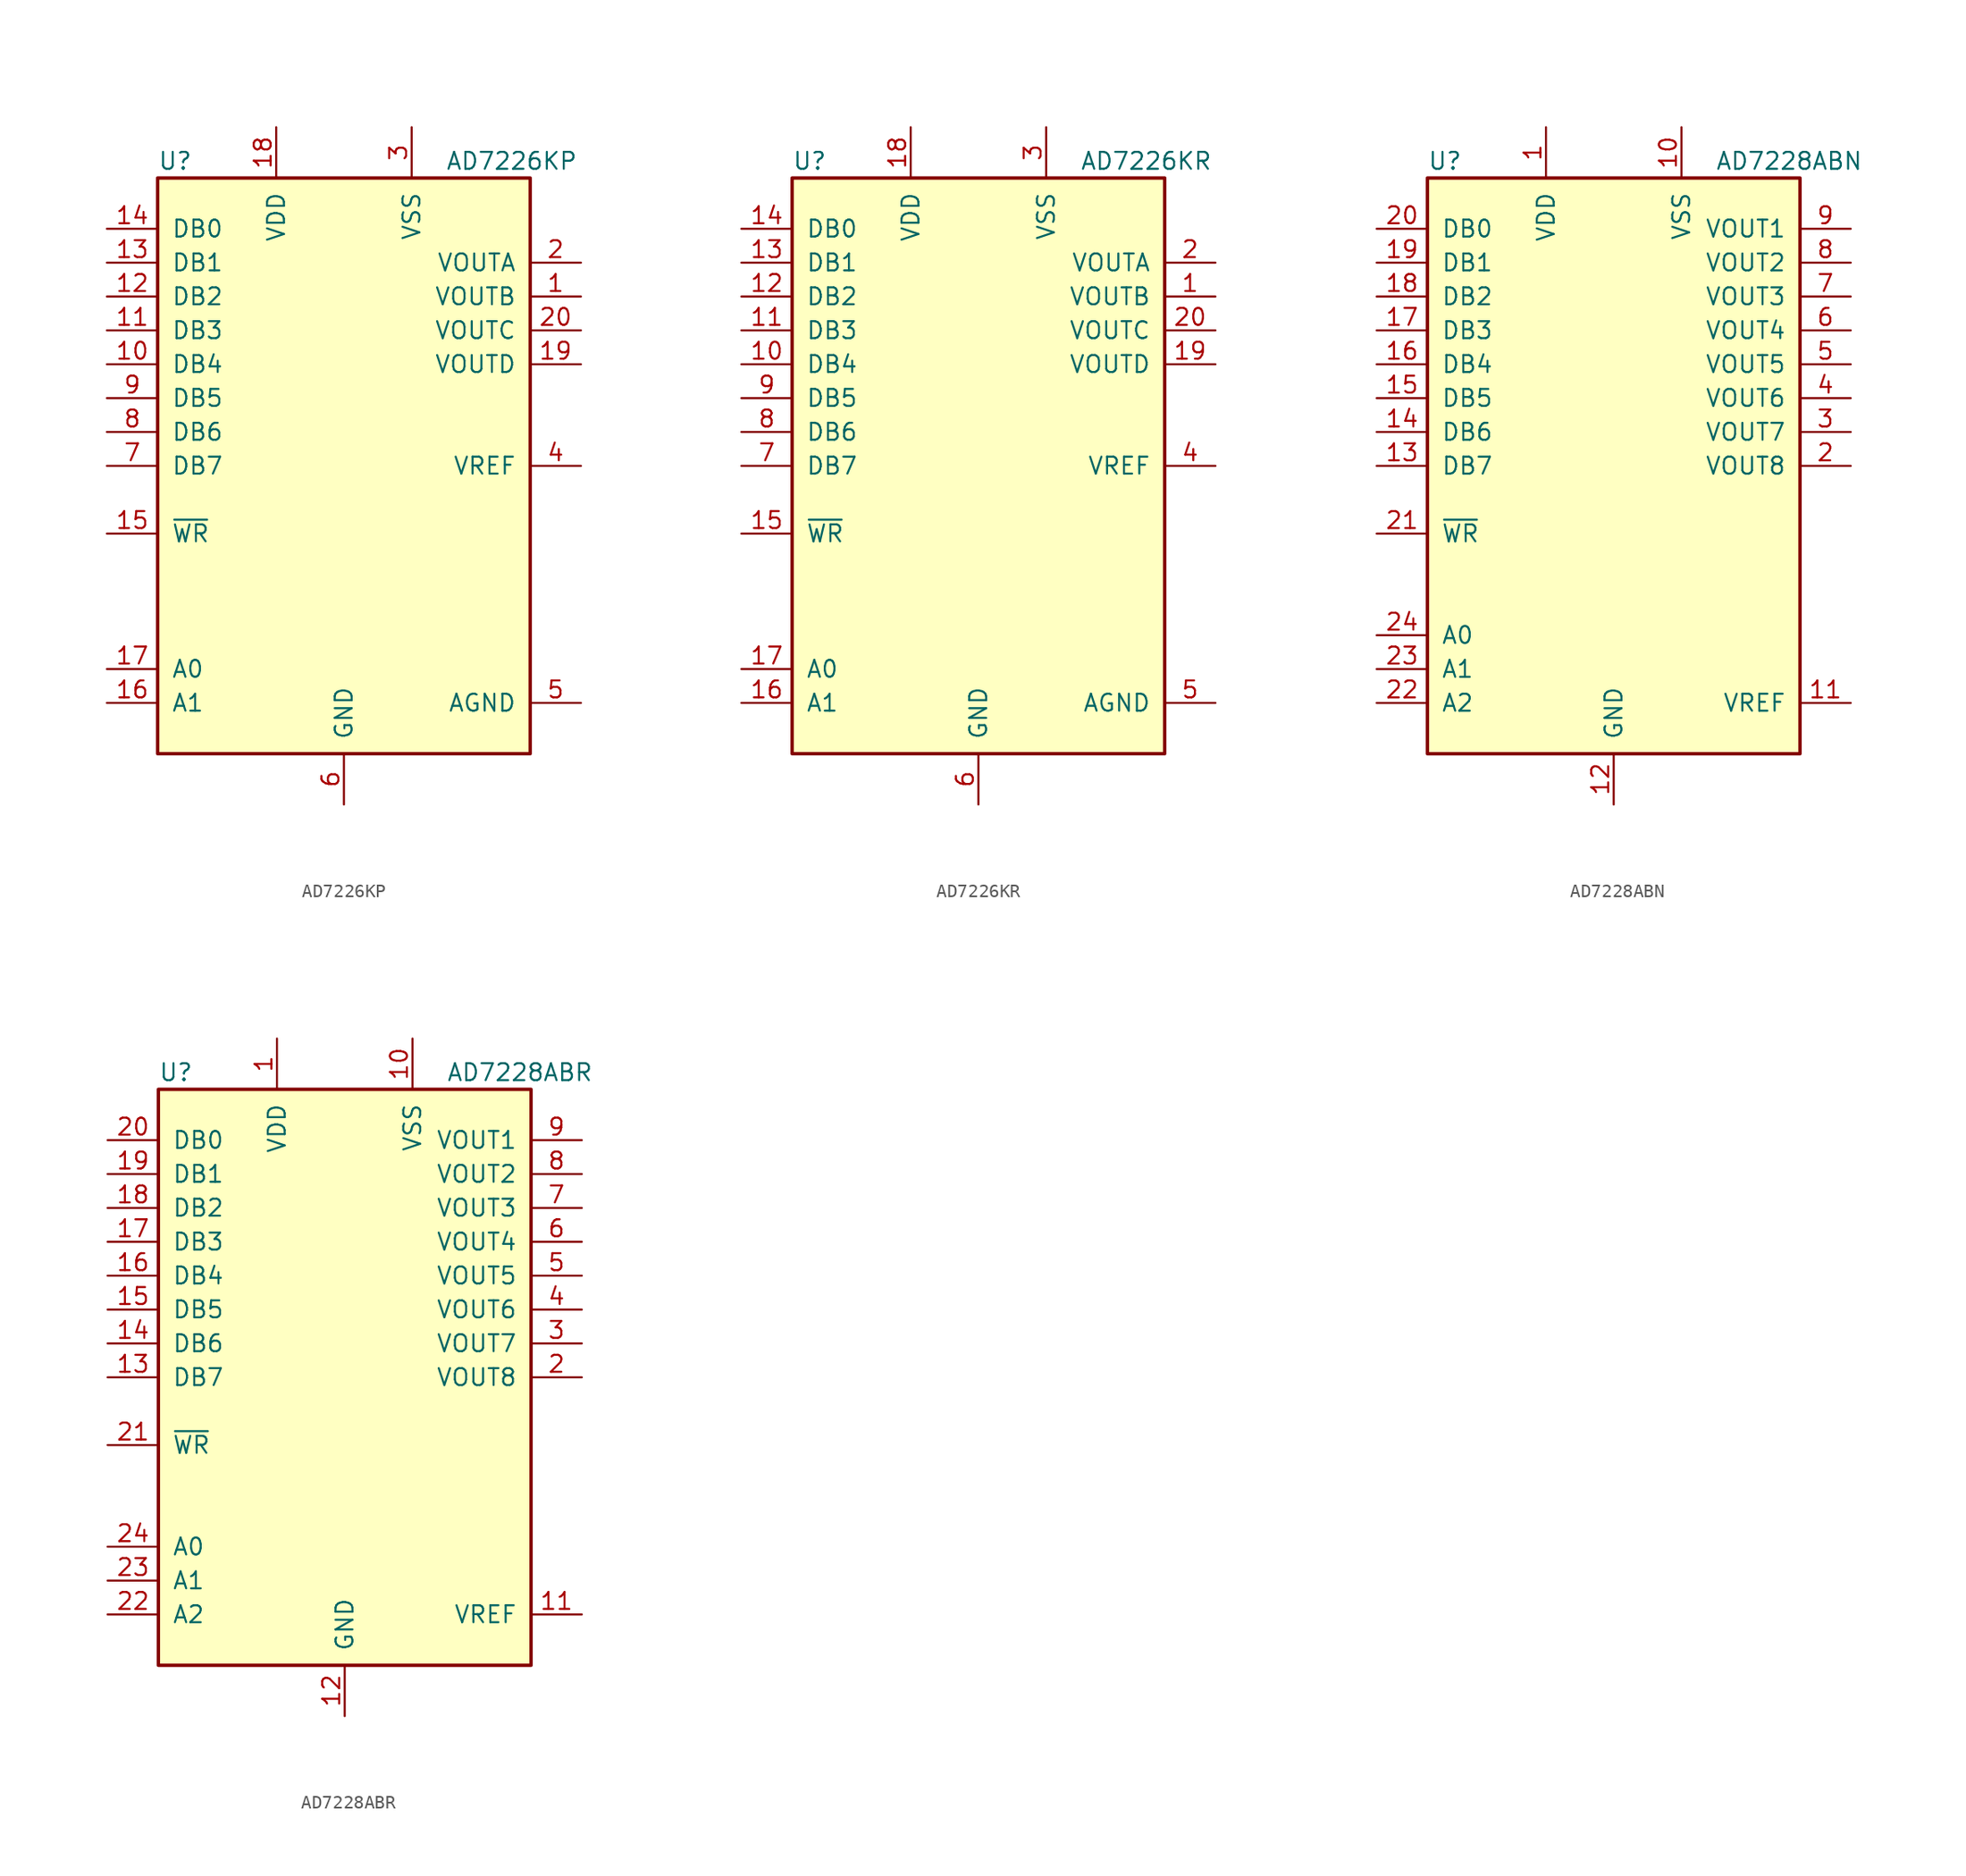
<source format=kicad_sym>
(kicad_symbol_lib
  (version 20211014)
  (generator kicad_symbol_editor)
  (symbol "AD7226KP"
    (pin_names
      (offset 1.016))
    (property "Reference" "U"
      (at -13.97 22.86 0)
      (effects (font (size 1.27 1.27)) (justify left)))
    (property "Value" "AD7226KP"
      (at 7.62 22.86 0)
      (effects (font (size 1.27 1.27)) (justify left)))
    (symbol "AD7226KP_0_1"
      (rectangle (start -13.97 -21.59) (end 13.97 21.59) (stroke (width 0.254) (type default) (color 0 0 0 0)) (fill (type background))))
    (symbol "AD7226KP_1_1"
      (pin output line (at 17.78 12.7 180) (length 3.81) (name "VOUTB" (effects (font (size 1.27 1.27)))) (number "1" (effects (font (size 1.27 1.27)))))
      (pin input line (at -17.78 7.62 0) (length 3.81) (name "DB4" (effects (font (size 1.27 1.27)))) (number "10" (effects (font (size 1.27 1.27)))))
      (pin input line (at -17.78 10.16 0) (length 3.81) (name "DB3" (effects (font (size 1.27 1.27)))) (number "11" (effects (font (size 1.27 1.27)))))
      (pin input line (at -17.78 12.7 0) (length 3.81) (name "DB2" (effects (font (size 1.27 1.27)))) (number "12" (effects (font (size 1.27 1.27)))))
      (pin input line (at -17.78 15.24 0) (length 3.81) (name "DB1" (effects (font (size 1.27 1.27)))) (number "13" (effects (font (size 1.27 1.27)))))
      (pin input line (at -17.78 17.78 0) (length 3.81) (name "DB0" (effects (font (size 1.27 1.27)))) (number "14" (effects (font (size 1.27 1.27)))))
      (pin input line (at -17.78 -5.08 0) (length 3.81) (name "~{WR}" (effects (font (size 1.27 1.27)))) (number "15" (effects (font (size 1.27 1.27)))))
      (pin input line (at -17.78 -17.78 0) (length 3.81) (name "A1" (effects (font (size 1.27 1.27)))) (number "16" (effects (font (size 1.27 1.27)))))
      (pin input line (at -17.78 -15.24 0) (length 3.81) (name "A0" (effects (font (size 1.27 1.27)))) (number "17" (effects (font (size 1.27 1.27)))))
      (pin power_in line (at -5.08 25.4 270) (length 3.81) (name "VDD" (effects (font (size 1.27 1.27)))) (number "18" (effects (font (size 1.27 1.27)))))
      (pin output line (at 17.78 7.62 180) (length 3.81) (name "VOUTD" (effects (font (size 1.27 1.27)))) (number "19" (effects (font (size 1.27 1.27)))))
      (pin output line (at 17.78 15.24 180) (length 3.81) (name "VOUTA" (effects (font (size 1.27 1.27)))) (number "2" (effects (font (size 1.27 1.27)))))
      (pin output line (at 17.78 10.16 180) (length 3.81) (name "VOUTC" (effects (font (size 1.27 1.27)))) (number "20" (effects (font (size 1.27 1.27)))))
      (pin power_in line (at 5.08 25.4 270) (length 3.81) (name "VSS" (effects (font (size 1.27 1.27)))) (number "3" (effects (font (size 1.27 1.27)))))
      (pin input line (at 17.78 0 180) (length 3.81) (name "VREF" (effects (font (size 1.27 1.27)))) (number "4" (effects (font (size 1.27 1.27)))))
      (pin input line (at 17.78 -17.78 180) (length 3.81) (name "AGND" (effects (font (size 1.27 1.27)))) (number "5" (effects (font (size 1.27 1.27)))))
      (pin power_in line (at 0 -25.4 90) (length 3.81) (name "GND" (effects (font (size 1.27 1.27)))) (number "6" (effects (font (size 1.27 1.27)))))
      (pin input line (at -17.78 0 0) (length 3.81) (name "DB7" (effects (font (size 1.27 1.27)))) (number "7" (effects (font (size 1.27 1.27)))))
      (pin input line (at -17.78 2.54 0) (length 3.81) (name "DB6" (effects (font (size 1.27 1.27)))) (number "8" (effects (font (size 1.27 1.27)))))
      (pin input line (at -17.78 5.08 0) (length 3.81) (name "DB5" (effects (font (size 1.27 1.27)))) (number "9" (effects (font (size 1.27 1.27)))))))
  (symbol "AD7226KR"
    (pin_names
      (offset 1.016))
    (property "Reference" "U"
      (at -13.97 22.86 0)
      (effects (font (size 1.27 1.27)) (justify left)))
    (property "Value" "AD7226KR"
      (at 7.62 22.86 0)
      (effects (font (size 1.27 1.27)) (justify left)))
    (symbol "AD7226KR_0_1"
      (rectangle (start -13.97 -21.59) (end 13.97 21.59) (stroke (width 0.254) (type default) (color 0 0 0 0)) (fill (type background))))
    (symbol "AD7226KR_1_1"
      (pin output line (at 17.78 12.7 180) (length 3.81) (name "VOUTB" (effects (font (size 1.27 1.27)))) (number "1" (effects (font (size 1.27 1.27)))))
      (pin input line (at -17.78 7.62 0) (length 3.81) (name "DB4" (effects (font (size 1.27 1.27)))) (number "10" (effects (font (size 1.27 1.27)))))
      (pin input line (at -17.78 10.16 0) (length 3.81) (name "DB3" (effects (font (size 1.27 1.27)))) (number "11" (effects (font (size 1.27 1.27)))))
      (pin input line (at -17.78 12.7 0) (length 3.81) (name "DB2" (effects (font (size 1.27 1.27)))) (number "12" (effects (font (size 1.27 1.27)))))
      (pin input line (at -17.78 15.24 0) (length 3.81) (name "DB1" (effects (font (size 1.27 1.27)))) (number "13" (effects (font (size 1.27 1.27)))))
      (pin input line (at -17.78 17.78 0) (length 3.81) (name "DB0" (effects (font (size 1.27 1.27)))) (number "14" (effects (font (size 1.27 1.27)))))
      (pin input line (at -17.78 -5.08 0) (length 3.81) (name "~{WR}" (effects (font (size 1.27 1.27)))) (number "15" (effects (font (size 1.27 1.27)))))
      (pin input line (at -17.78 -17.78 0) (length 3.81) (name "A1" (effects (font (size 1.27 1.27)))) (number "16" (effects (font (size 1.27 1.27)))))
      (pin input line (at -17.78 -15.24 0) (length 3.81) (name "A0" (effects (font (size 1.27 1.27)))) (number "17" (effects (font (size 1.27 1.27)))))
      (pin power_in line (at -5.08 25.4 270) (length 3.81) (name "VDD" (effects (font (size 1.27 1.27)))) (number "18" (effects (font (size 1.27 1.27)))))
      (pin output line (at 17.78 7.62 180) (length 3.81) (name "VOUTD" (effects (font (size 1.27 1.27)))) (number "19" (effects (font (size 1.27 1.27)))))
      (pin output line (at 17.78 15.24 180) (length 3.81) (name "VOUTA" (effects (font (size 1.27 1.27)))) (number "2" (effects (font (size 1.27 1.27)))))
      (pin output line (at 17.78 10.16 180) (length 3.81) (name "VOUTC" (effects (font (size 1.27 1.27)))) (number "20" (effects (font (size 1.27 1.27)))))
      (pin power_in line (at 5.08 25.4 270) (length 3.81) (name "VSS" (effects (font (size 1.27 1.27)))) (number "3" (effects (font (size 1.27 1.27)))))
      (pin input line (at 17.78 0 180) (length 3.81) (name "VREF" (effects (font (size 1.27 1.27)))) (number "4" (effects (font (size 1.27 1.27)))))
      (pin input line (at 17.78 -17.78 180) (length 3.81) (name "AGND" (effects (font (size 1.27 1.27)))) (number "5" (effects (font (size 1.27 1.27)))))
      (pin power_in line (at 0 -25.4 90) (length 3.81) (name "GND" (effects (font (size 1.27 1.27)))) (number "6" (effects (font (size 1.27 1.27)))))
      (pin input line (at -17.78 0 0) (length 3.81) (name "DB7" (effects (font (size 1.27 1.27)))) (number "7" (effects (font (size 1.27 1.27)))))
      (pin input line (at -17.78 2.54 0) (length 3.81) (name "DB6" (effects (font (size 1.27 1.27)))) (number "8" (effects (font (size 1.27 1.27)))))
      (pin input line (at -17.78 5.08 0) (length 3.81) (name "DB5" (effects (font (size 1.27 1.27)))) (number "9" (effects (font (size 1.27 1.27)))))))
  (symbol "AD7228ABN"
    (pin_names
      (offset 1.016))
    (property "Reference" "U"
      (at -13.97 22.86 0)
      (effects (font (size 1.27 1.27)) (justify left)))
    (property "Value" "AD7228ABN"
      (at 7.62 22.86 0)
      (effects (font (size 1.27 1.27)) (justify left)))
    (symbol "AD7228ABN_0_1"
      (rectangle (start -13.97 -21.59) (end 13.97 21.59) (stroke (width 0.254) (type default) (color 0 0 0 0)) (fill (type background))))
    (symbol "AD7228ABN_1_1"
      (pin power_in line (at -5.08 25.4 270) (length 3.81) (name "VDD" (effects (font (size 1.27 1.27)))) (number "1" (effects (font (size 1.27 1.27)))))
      (pin power_in line (at 5.08 25.4 270) (length 3.81) (name "VSS" (effects (font (size 1.27 1.27)))) (number "10" (effects (font (size 1.27 1.27)))))
      (pin passive line (at 17.78 -17.78 180) (length 3.81) (name "VREF" (effects (font (size 1.27 1.27)))) (number "11" (effects (font (size 1.27 1.27)))))
      (pin power_in line (at 0 -25.4 90) (length 3.81) (name "GND" (effects (font (size 1.27 1.27)))) (number "12" (effects (font (size 1.27 1.27)))))
      (pin input line (at -17.78 0 0) (length 3.81) (name "DB7" (effects (font (size 1.27 1.27)))) (number "13" (effects (font (size 1.27 1.27)))))
      (pin input line (at -17.78 2.54 0) (length 3.81) (name "DB6" (effects (font (size 1.27 1.27)))) (number "14" (effects (font (size 1.27 1.27)))))
      (pin input line (at -17.78 5.08 0) (length 3.81) (name "DB5" (effects (font (size 1.27 1.27)))) (number "15" (effects (font (size 1.27 1.27)))))
      (pin input line (at -17.78 7.62 0) (length 3.81) (name "DB4" (effects (font (size 1.27 1.27)))) (number "16" (effects (font (size 1.27 1.27)))))
      (pin input line (at -17.78 10.16 0) (length 3.81) (name "DB3" (effects (font (size 1.27 1.27)))) (number "17" (effects (font (size 1.27 1.27)))))
      (pin input line (at -17.78 12.7 0) (length 3.81) (name "DB2" (effects (font (size 1.27 1.27)))) (number "18" (effects (font (size 1.27 1.27)))))
      (pin input line (at -17.78 15.24 0) (length 3.81) (name "DB1" (effects (font (size 1.27 1.27)))) (number "19" (effects (font (size 1.27 1.27)))))
      (pin output line (at 17.78 0 180) (length 3.81) (name "VOUT8" (effects (font (size 1.27 1.27)))) (number "2" (effects (font (size 1.27 1.27)))))
      (pin input line (at -17.78 17.78 0) (length 3.81) (name "DB0" (effects (font (size 1.27 1.27)))) (number "20" (effects (font (size 1.27 1.27)))))
      (pin input line (at -17.78 -5.08 0) (length 3.81) (name "~{WR}" (effects (font (size 1.27 1.27)))) (number "21" (effects (font (size 1.27 1.27)))))
      (pin input line (at -17.78 -17.78 0) (length 3.81) (name "A2" (effects (font (size 1.27 1.27)))) (number "22" (effects (font (size 1.27 1.27)))))
      (pin input line (at -17.78 -15.24 0) (length 3.81) (name "A1" (effects (font (size 1.27 1.27)))) (number "23" (effects (font (size 1.27 1.27)))))
      (pin input line (at -17.78 -12.7 0) (length 3.81) (name "A0" (effects (font (size 1.27 1.27)))) (number "24" (effects (font (size 1.27 1.27)))))
      (pin output line (at 17.78 2.54 180) (length 3.81) (name "VOUT7" (effects (font (size 1.27 1.27)))) (number "3" (effects (font (size 1.27 1.27)))))
      (pin output line (at 17.78 5.08 180) (length 3.81) (name "VOUT6" (effects (font (size 1.27 1.27)))) (number "4" (effects (font (size 1.27 1.27)))))
      (pin output line (at 17.78 7.62 180) (length 3.81) (name "VOUT5" (effects (font (size 1.27 1.27)))) (number "5" (effects (font (size 1.27 1.27)))))
      (pin output line (at 17.78 10.16 180) (length 3.81) (name "VOUT4" (effects (font (size 1.27 1.27)))) (number "6" (effects (font (size 1.27 1.27)))))
      (pin output line (at 17.78 12.7 180) (length 3.81) (name "VOUT3" (effects (font (size 1.27 1.27)))) (number "7" (effects (font (size 1.27 1.27)))))
      (pin output line (at 17.78 15.24 180) (length 3.81) (name "VOUT2" (effects (font (size 1.27 1.27)))) (number "8" (effects (font (size 1.27 1.27)))))
      (pin output line (at 17.78 17.78 180) (length 3.81) (name "VOUT1" (effects (font (size 1.27 1.27)))) (number "9" (effects (font (size 1.27 1.27)))))))
  (symbol "AD7228ABR"
    (pin_names
      (offset 1.016))
    (property "Reference" "U"
      (at -13.97 22.86 0)
      (effects (font (size 1.27 1.27)) (justify left)))
    (property "Value" "AD7228ABR"
      (at 7.62 22.86 0)
      (effects (font (size 1.27 1.27)) (justify left)))
    (symbol "AD7228ABR_0_1"
      (rectangle (start -13.97 -21.59) (end 13.97 21.59) (stroke (width 0.254) (type default) (color 0 0 0 0)) (fill (type background))))
    (symbol "AD7228ABR_1_1"
      (pin power_in line (at -5.08 25.4 270) (length 3.81) (name "VDD" (effects (font (size 1.27 1.27)))) (number "1" (effects (font (size 1.27 1.27)))))
      (pin power_in line (at 5.08 25.4 270) (length 3.81) (name "VSS" (effects (font (size 1.27 1.27)))) (number "10" (effects (font (size 1.27 1.27)))))
      (pin passive line (at 17.78 -17.78 180) (length 3.81) (name "VREF" (effects (font (size 1.27 1.27)))) (number "11" (effects (font (size 1.27 1.27)))))
      (pin power_in line (at 0 -25.4 90) (length 3.81) (name "GND" (effects (font (size 1.27 1.27)))) (number "12" (effects (font (size 1.27 1.27)))))
      (pin input line (at -17.78 0 0) (length 3.81) (name "DB7" (effects (font (size 1.27 1.27)))) (number "13" (effects (font (size 1.27 1.27)))))
      (pin input line (at -17.78 2.54 0) (length 3.81) (name "DB6" (effects (font (size 1.27 1.27)))) (number "14" (effects (font (size 1.27 1.27)))))
      (pin input line (at -17.78 5.08 0) (length 3.81) (name "DB5" (effects (font (size 1.27 1.27)))) (number "15" (effects (font (size 1.27 1.27)))))
      (pin input line (at -17.78 7.62 0) (length 3.81) (name "DB4" (effects (font (size 1.27 1.27)))) (number "16" (effects (font (size 1.27 1.27)))))
      (pin input line (at -17.78 10.16 0) (length 3.81) (name "DB3" (effects (font (size 1.27 1.27)))) (number "17" (effects (font (size 1.27 1.27)))))
      (pin input line (at -17.78 12.7 0) (length 3.81) (name "DB2" (effects (font (size 1.27 1.27)))) (number "18" (effects (font (size 1.27 1.27)))))
      (pin input line (at -17.78 15.24 0) (length 3.81) (name "DB1" (effects (font (size 1.27 1.27)))) (number "19" (effects (font (size 1.27 1.27)))))
      (pin output line (at 17.78 0 180) (length 3.81) (name "VOUT8" (effects (font (size 1.27 1.27)))) (number "2" (effects (font (size 1.27 1.27)))))
      (pin input line (at -17.78 17.78 0) (length 3.81) (name "DB0" (effects (font (size 1.27 1.27)))) (number "20" (effects (font (size 1.27 1.27)))))
      (pin input line (at -17.78 -5.08 0) (length 3.81) (name "~{WR}" (effects (font (size 1.27 1.27)))) (number "21" (effects (font (size 1.27 1.27)))))
      (pin input line (at -17.78 -17.78 0) (length 3.81) (name "A2" (effects (font (size 1.27 1.27)))) (number "22" (effects (font (size 1.27 1.27)))))
      (pin input line (at -17.78 -15.24 0) (length 3.81) (name "A1" (effects (font (size 1.27 1.27)))) (number "23" (effects (font (size 1.27 1.27)))))
      (pin input line (at -17.78 -12.7 0) (length 3.81) (name "A0" (effects (font (size 1.27 1.27)))) (number "24" (effects (font (size 1.27 1.27)))))
      (pin output line (at 17.78 2.54 180) (length 3.81) (name "VOUT7" (effects (font (size 1.27 1.27)))) (number "3" (effects (font (size 1.27 1.27)))))
      (pin output line (at 17.78 5.08 180) (length 3.81) (name "VOUT6" (effects (font (size 1.27 1.27)))) (number "4" (effects (font (size 1.27 1.27)))))
      (pin output line (at 17.78 7.62 180) (length 3.81) (name "VOUT5" (effects (font (size 1.27 1.27)))) (number "5" (effects (font (size 1.27 1.27)))))
      (pin output line (at 17.78 10.16 180) (length 3.81) (name "VOUT4" (effects (font (size 1.27 1.27)))) (number "6" (effects (font (size 1.27 1.27)))))
      (pin output line (at 17.78 12.7 180) (length 3.81) (name "VOUT3" (effects (font (size 1.27 1.27)))) (number "7" (effects (font (size 1.27 1.27)))))
      (pin output line (at 17.78 15.24 180) (length 3.81) (name "VOUT2" (effects (font (size 1.27 1.27)))) (number "8" (effects (font (size 1.27 1.27)))))
      (pin output line (at 17.78 17.78 180) (length 3.81) (name "VOUT1" (effects (font (size 1.27 1.27)))) (number "9" (effects (font (size 1.27 1.27))))))))
</source>
